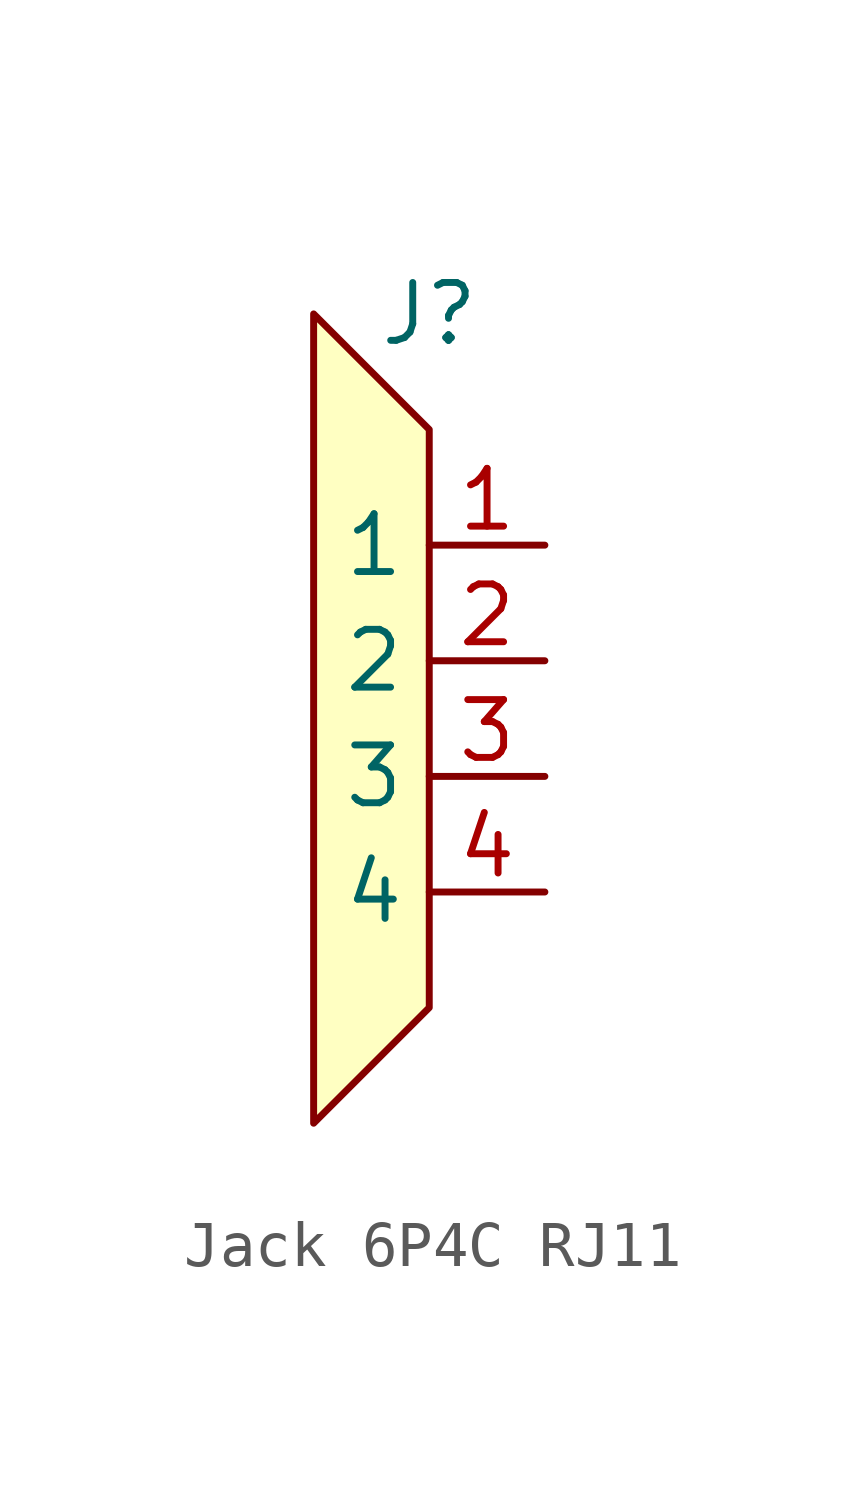
<source format=kicad_sym>
(kicad_symbol_lib
  (version 20241209)
  (generator "kicad_symbol_editor")
  (generator_version "9.0")
  (symbol "Jack 6P4C RJ11"
    (property "Reference" "J"
      (at 2.54 0 0)
      (effects (font (size 1.27 1.27))))
    (property "Value" ""
      (at 0 0 0)
      (effects (font (size 1.27 1.27))))
    (symbol "Jack 6P4C RJ11_1_1"
      (polyline (pts (xy 0 0) (xy 2.54 -2.54) (xy 2.54 -5.08) (xy 2.54 -7.62) (xy 2.54 -10.16) (xy 2.54 -15.24) (xy 0 -17.78) (xy 0 0)) (stroke (width 0) (type solid)) (fill (type color) (color 255 255 194 1)))
      (pin passive line (at 5.08 -5.08 180) (length 2.54) (name "1" (effects (font (size 1.27 1.27)))) (number "1" (effects (font (size 1.27 1.27)))))
      (pin passive line (at 5.08 -7.62 180) (length 2.54) (name "2" (effects (font (size 1.27 1.27)))) (number "2" (effects (font (size 1.27 1.27)))))
      (pin passive line (at 5.08 -10.16 180) (length 2.54) (name "3" (effects (font (size 1.27 1.27)))) (number "3" (effects (font (size 1.27 1.27)))))
      (pin passive line (at 5.08 -12.7 180) (length 2.54) (name "4" (effects (font (size 1.27 1.27)))) (number "4" (effects (font (size 1.27 1.27))))))))
</source>
